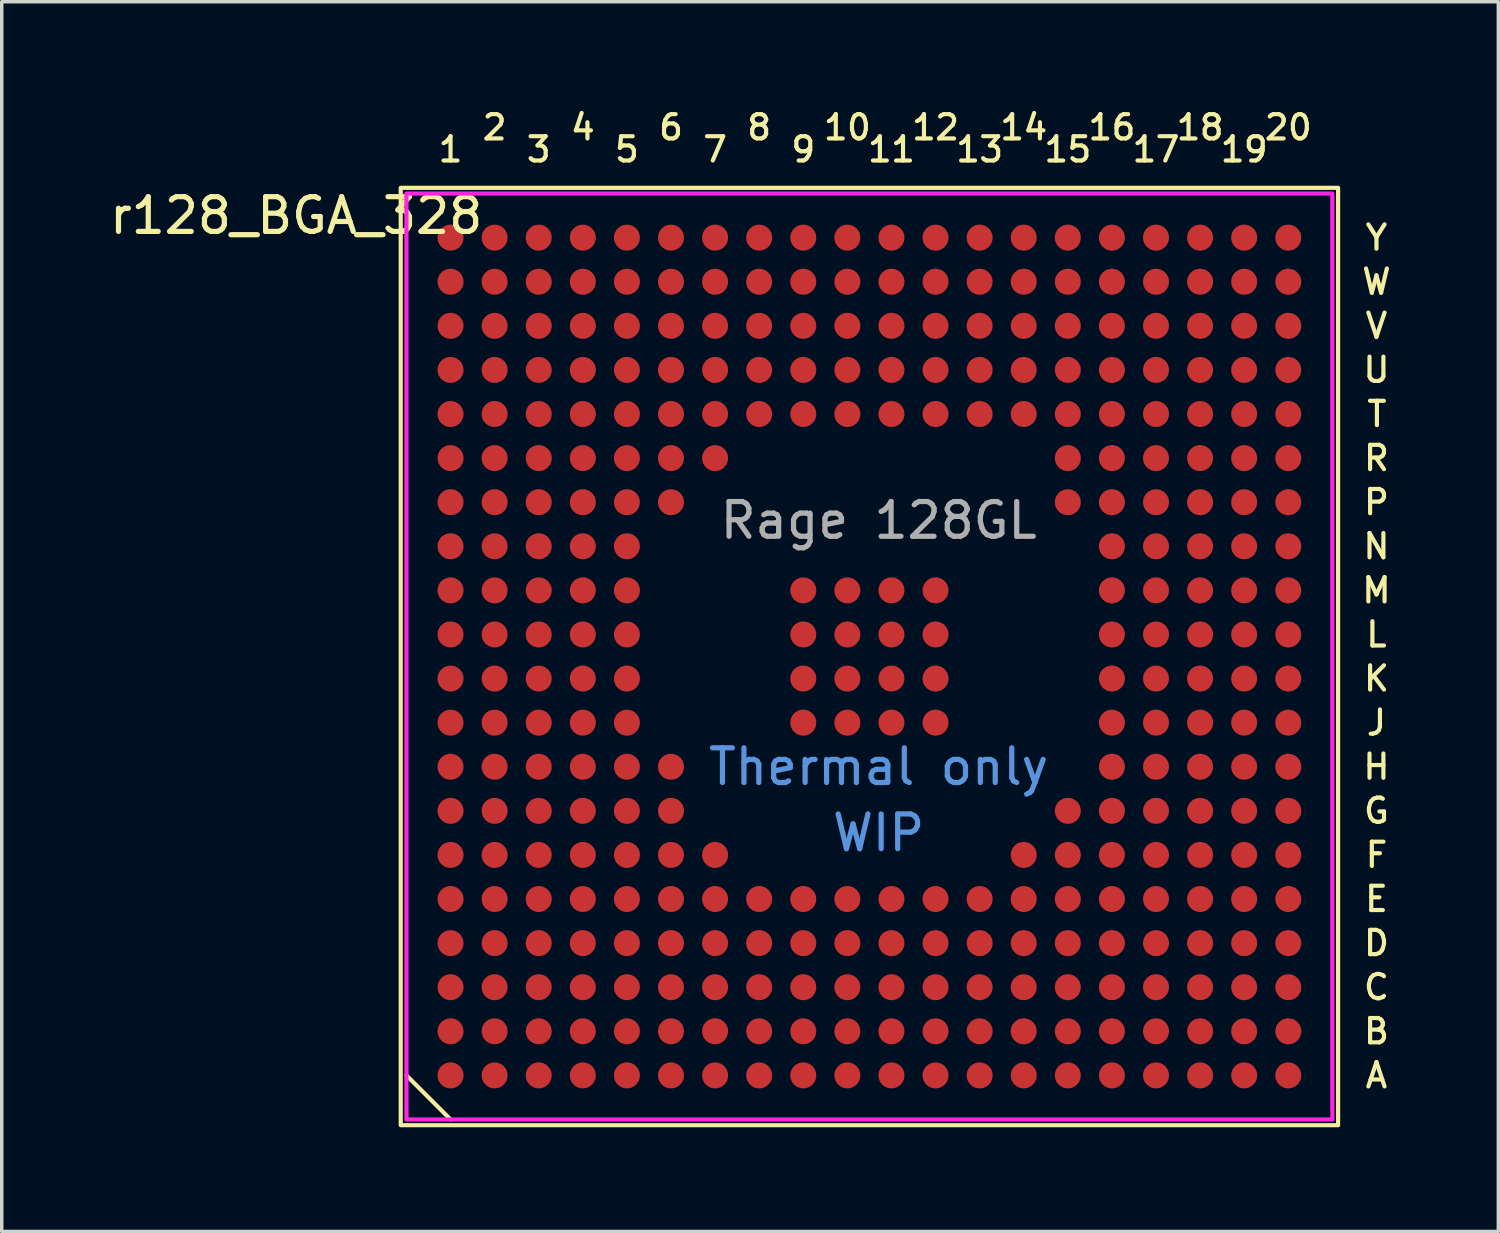
<source format=kicad_pcb>
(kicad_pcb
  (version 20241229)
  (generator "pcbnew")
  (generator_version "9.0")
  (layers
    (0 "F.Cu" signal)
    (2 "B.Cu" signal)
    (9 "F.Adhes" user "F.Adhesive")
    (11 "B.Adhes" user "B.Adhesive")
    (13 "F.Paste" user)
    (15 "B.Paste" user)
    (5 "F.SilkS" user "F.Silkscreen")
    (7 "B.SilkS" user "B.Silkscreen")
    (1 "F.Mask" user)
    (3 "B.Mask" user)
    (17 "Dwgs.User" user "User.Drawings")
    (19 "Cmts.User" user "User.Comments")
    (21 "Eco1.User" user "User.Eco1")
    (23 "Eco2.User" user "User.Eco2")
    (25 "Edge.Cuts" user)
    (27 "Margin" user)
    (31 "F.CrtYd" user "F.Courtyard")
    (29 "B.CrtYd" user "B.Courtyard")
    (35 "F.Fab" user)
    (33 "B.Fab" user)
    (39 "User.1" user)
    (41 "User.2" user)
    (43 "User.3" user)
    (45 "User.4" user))
  (footprint "r128_BGA_328"
    (layer "F.Cu")
    (at 9.927 3.795)
    (property "Reference" "r128_BGA_328" (at -4.445 -0.635 0) (unlocked yes) (layer "F.SilkS") (effects (font (size 1 1) (thickness 0.15))))
    (attr smd)
    (fp_circle (center 0 0) (end -0.3 0) (stroke (width 0) (type solid)) (fill yes) (layer "F.Mask"))
    (fp_circle (center 0 1.27) (end -0.3 1.27) (stroke (width 0) (type solid)) (fill yes) (layer "F.Mask"))
    (fp_circle (center 0 2.54) (end -0.3 2.54) (stroke (width 0) (type solid)) (fill yes) (layer "F.Mask"))
    (fp_circle (center 0 3.81) (end -0.3 3.81) (stroke (width 0) (type solid)) (fill yes) (layer "F.Mask"))
    (fp_circle (center 0 5.08) (end -0.3 5.08) (stroke (width 0) (type solid)) (fill yes) (layer "F.Mask"))
    (fp_circle (center 0 6.35) (end -0.3 6.35) (stroke (width 0) (type solid)) (fill yes) (layer "F.Mask"))
    (fp_circle (center 0 7.62) (end -0.3 7.62) (stroke (width 0) (type solid)) (fill yes) (layer "F.Mask"))
    (fp_circle (center 0 8.89) (end -0.3 8.89) (stroke (width 0) (type solid)) (fill yes) (layer "F.Mask"))
    (fp_circle (center 0 10.16) (end -0.3 10.16) (stroke (width 0) (type solid)) (fill yes) (layer "F.Mask"))
    (fp_circle (center 0 11.43) (end -0.3 11.43) (stroke (width 0) (type solid)) (fill yes) (layer "F.Mask"))
    (fp_circle (center 0 12.7) (end -0.3 12.7) (stroke (width 0) (type solid)) (fill yes) (layer "F.Mask"))
    (fp_circle (center 0 13.97) (end -0.3 13.97) (stroke (width 0) (type solid)) (fill yes) (layer "F.Mask"))
    (fp_circle (center 0 15.24) (end -0.3 15.24) (stroke (width 0) (type solid)) (fill yes) (layer "F.Mask"))
    (fp_circle (center 0 16.51) (end -0.3 16.51) (stroke (width 0) (type solid)) (fill yes) (layer "F.Mask"))
    (fp_circle (center 0 17.78) (end -0.3 17.78) (stroke (width 0) (type solid)) (fill yes) (layer "F.Mask"))
    (fp_circle (center 0 19.05) (end -0.3 19.05) (stroke (width 0) (type solid)) (fill yes) (layer "F.Mask"))
    (fp_circle (center 0 20.32) (end -0.3 20.32) (stroke (width 0) (type solid)) (fill yes) (layer "F.Mask"))
    (fp_circle (center 0 21.59) (end -0.3 21.59) (stroke (width 0) (type solid)) (fill yes) (layer "F.Mask"))
    (fp_circle (center 0 22.86) (end -0.3 22.86) (stroke (width 0) (type solid)) (fill yes) (layer "F.Mask"))
    (fp_circle (center 0 24.13) (end -0.3 24.13) (stroke (width 0) (type solid)) (fill yes) (layer "F.Mask"))
    (fp_circle (center 1.27 0) (end 0.97 0) (stroke (width 0) (type solid)) (fill yes) (layer "F.Mask"))
    (fp_circle (center 1.27 1.27) (end 0.97 1.27) (stroke (width 0) (type solid)) (fill yes) (layer "F.Mask"))
    (fp_circle (center 1.27 2.54) (end 0.97 2.54) (stroke (width 0) (type solid)) (fill yes) (layer "F.Mask"))
    (fp_circle (center 1.27 3.81) (end 0.97 3.81) (stroke (width 0) (type solid)) (fill yes) (layer "F.Mask"))
    (fp_circle (center 1.27 5.08) (end 0.97 5.08) (stroke (width 0) (type solid)) (fill yes) (layer "F.Mask"))
    (fp_circle (center 1.27 6.35) (end 0.97 6.35) (stroke (width 0) (type solid)) (fill yes) (layer "F.Mask"))
    (fp_circle (center 1.27 7.62) (end 0.97 7.62) (stroke (width 0) (type solid)) (fill yes) (layer "F.Mask"))
    (fp_circle (center 1.27 8.89) (end 0.97 8.89) (stroke (width 0) (type solid)) (fill yes) (layer "F.Mask"))
    (fp_circle (center 1.27 10.16) (end 0.97 10.16) (stroke (width 0) (type solid)) (fill yes) (layer "F.Mask"))
    (fp_circle (center 1.27 11.43) (end 0.97 11.43) (stroke (width 0) (type solid)) (fill yes) (layer "F.Mask"))
    (fp_circle (center 1.27 12.7) (end 0.97 12.7) (stroke (width 0) (type solid)) (fill yes) (layer "F.Mask"))
    (fp_circle (center 1.27 13.97) (end 0.97 13.97) (stroke (width 0) (type solid)) (fill yes) (layer "F.Mask"))
    (fp_circle (center 1.27 15.24) (end 0.97 15.24) (stroke (width 0) (type solid)) (fill yes) (layer "F.Mask"))
    (fp_circle (center 1.27 16.51) (end 0.97 16.51) (stroke (width 0) (type solid)) (fill yes) (layer "F.Mask"))
    (fp_circle (center 1.27 17.78) (end 0.97 17.78) (stroke (width 0) (type solid)) (fill yes) (layer "F.Mask"))
    (fp_circle (center 1.27 19.05) (end 0.97 19.05) (stroke (width 0) (type solid)) (fill yes) (layer "F.Mask"))
    (fp_circle (center 1.27 20.32) (end 0.97 20.32) (stroke (width 0) (type solid)) (fill yes) (layer "F.Mask"))
    (fp_circle (center 1.27 21.59) (end 0.97 21.59) (stroke (width 0) (type solid)) (fill yes) (layer "F.Mask"))
    (fp_circle (center 1.27 22.86) (end 0.97 22.86) (stroke (width 0) (type solid)) (fill yes) (layer "F.Mask"))
    (fp_circle (center 1.27 24.13) (end 0.97 24.13) (stroke (width 0) (type solid)) (fill yes) (layer "F.Mask"))
    (fp_circle (center 2.54 3.81) (end 2.24 3.81) (stroke (width 0) (type solid)) (fill yes) (layer "F.Mask"))
    (fp_circle (center 2.54 10.16) (end 2.24 10.16) (stroke (width 0) (type solid)) (fill yes) (layer "F.Mask"))
    (fp_circle (center 2.54 13.97) (end 2.24 13.97) (stroke (width 0) (type solid)) (fill yes) (layer "F.Mask"))
    (fp_circle (center 2.54 20.32) (end 2.24 20.32) (stroke (width 0) (type solid)) (fill yes) (layer "F.Mask"))
    (fp_circle (center 2.54 0) (end 2.24 0) (stroke (width 0) (type solid)) (fill yes) (layer "F.Mask"))
    (fp_circle (center 2.54 1.27) (end 2.24 1.27) (stroke (width 0) (type solid)) (fill yes) (layer "F.Mask"))
    (fp_circle (center 2.54 2.54) (end 2.24 2.54) (stroke (width 0) (type solid)) (fill yes) (layer "F.Mask"))
    (fp_circle (center 2.54 5.08) (end 2.24 5.08) (stroke (width 0) (type solid)) (fill yes) (layer "F.Mask"))
    (fp_circle (center 2.54 6.35) (end 2.24 6.35) (stroke (width 0) (type solid)) (fill yes) (layer "F.Mask"))
    (fp_circle (center 2.54 7.62) (end 2.24 7.62) (stroke (width 0) (type solid)) (fill yes) (layer "F.Mask"))
    (fp_circle (center 2.54 8.89) (end 2.24 8.89) (stroke (width 0) (type solid)) (fill yes) (layer "F.Mask"))
    (fp_circle (center 2.54 11.43) (end 2.24 11.43) (stroke (width 0) (type solid)) (fill yes) (layer "F.Mask"))
    (fp_circle (center 2.54 12.7) (end 2.24 12.7) (stroke (width 0) (type solid)) (fill yes) (layer "F.Mask"))
    (fp_circle (center 2.54 15.24) (end 2.24 15.24) (stroke (width 0) (type solid)) (fill yes) (layer "F.Mask"))
    (fp_circle (center 2.54 16.51) (end 2.24 16.51) (stroke (width 0) (type solid)) (fill yes) (layer "F.Mask"))
    (fp_circle (center 2.54 17.78) (end 2.24 17.78) (stroke (width 0) (type solid)) (fill yes) (layer "F.Mask"))
    (fp_circle (center 2.54 19.05) (end 2.24 19.05) (stroke (width 0) (type solid)) (fill yes) (layer "F.Mask"))
    (fp_circle (center 2.54 21.59) (end 2.24 21.59) (stroke (width 0) (type solid)) (fill yes) (layer "F.Mask"))
    (fp_circle (center 2.54 22.86) (end 2.24 22.86) (stroke (width 0) (type solid)) (fill yes) (layer "F.Mask"))
    (fp_circle (center 2.54 24.13) (end 2.24 24.13) (stroke (width 0) (type solid)) (fill yes) (layer "F.Mask"))
    (fp_circle (center 3.81 0) (end 3.51 0) (stroke (width 0) (type solid)) (fill yes) (layer "F.Mask"))
    (fp_circle (center 3.81 1.27) (end 3.51 1.27) (stroke (width 0) (type solid)) (fill yes) (layer "F.Mask"))
    (fp_circle (center 3.81 2.54) (end 3.51 2.54) (stroke (width 0) (type solid)) (fill yes) (layer "F.Mask"))
    (fp_circle (center 3.81 3.81) (end 3.51 3.81) (stroke (width 0) (type solid)) (fill yes) (layer "F.Mask"))
    (fp_circle (center 3.81 5.08) (end 3.51 5.08) (stroke (width 0) (type solid)) (fill yes) (layer "F.Mask"))
    (fp_circle (center 3.81 6.35) (end 3.51 6.35) (stroke (width 0) (type solid)) (fill yes) (layer "F.Mask"))
    (fp_circle (center 3.81 7.62) (end 3.51 7.62) (stroke (width 0) (type solid)) (fill yes) (layer "F.Mask"))
    (fp_circle (center 3.81 8.89) (end 3.51 8.89) (stroke (width 0) (type solid)) (fill yes) (layer "F.Mask"))
    (fp_circle (center 3.81 10.16) (end 3.51 10.16) (stroke (width 0) (type solid)) (fill yes) (layer "F.Mask"))
    (fp_circle (center 3.81 11.43) (end 3.51 11.43) (stroke (width 0) (type solid)) (fill yes) (layer "F.Mask"))
    (fp_circle (center 3.81 12.7) (end 3.51 12.7) (stroke (width 0) (type solid)) (fill yes) (layer "F.Mask"))
    (fp_circle (center 3.81 13.97) (end 3.51 13.97) (stroke (width 0) (type solid)) (fill yes) (layer "F.Mask"))
    (fp_circle (center 3.81 15.24) (end 3.51 15.24) (stroke (width 0) (type solid)) (fill yes) (layer "F.Mask"))
    (fp_circle (center 3.81 16.51) (end 3.51 16.51) (stroke (width 0) (type solid)) (fill yes) (layer "F.Mask"))
    (fp_circle (center 3.81 17.78) (end 3.51 17.78) (stroke (width 0) (type solid)) (fill yes) (layer "F.Mask"))
    (fp_circle (center 3.81 19.05) (end 3.51 19.05) (stroke (width 0) (type solid)) (fill yes) (layer "F.Mask"))
    (fp_circle (center 3.81 20.32) (end 3.51 20.32) (stroke (width 0) (type solid)) (fill yes) (layer "F.Mask"))
    (fp_circle (center 3.81 21.59) (end 3.51 21.59) (stroke (width 0) (type solid)) (fill yes) (layer "F.Mask"))
    (fp_circle (center 3.81 22.86) (end 3.51 22.86) (stroke (width 0) (type solid)) (fill yes) (layer "F.Mask"))
    (fp_circle (center 3.81 24.13) (end 3.51 24.13) (stroke (width 0) (type solid)) (fill yes) (layer "F.Mask"))
    (fp_circle (center 5.08 0) (end 4.78 0) (stroke (width 0) (type solid)) (fill yes) (layer "F.Mask"))
    (fp_circle (center 5.08 1.27) (end 4.78 1.27) (stroke (width 0) (type solid)) (fill yes) (layer "F.Mask"))
    (fp_circle (center 5.08 2.54) (end 4.78 2.54) (stroke (width 0) (type solid)) (fill yes) (layer "F.Mask"))
    (fp_circle (center 5.08 5.08) (end 4.78 5.08) (stroke (width 0) (type solid)) (fill yes) (layer "F.Mask"))
    (fp_circle (center 5.08 6.35) (end 4.78 6.35) (stroke (width 0) (type solid)) (fill yes) (layer "F.Mask"))
    (fp_circle (center 5.08 7.62) (end 4.78 7.62) (stroke (width 0) (type solid)) (fill yes) (layer "F.Mask"))
    (fp_circle (center 5.08 8.89) (end 4.78 8.89) (stroke (width 0) (type solid)) (fill yes) (layer "F.Mask"))
    (fp_circle (center 5.08 11.43) (end 4.78 11.43) (stroke (width 0) (type solid)) (fill yes) (layer "F.Mask"))
    (fp_circle (center 5.08 12.7) (end 4.78 12.7) (stroke (width 0) (type solid)) (fill yes) (layer "F.Mask"))
    (fp_circle (center 5.08 15.24) (end 4.78 15.24) (stroke (width 0) (type solid)) (fill yes) (layer "F.Mask"))
    (fp_circle (center 5.08 16.51) (end 4.78 16.51) (stroke (width 0) (type solid)) (fill yes) (layer "F.Mask"))
    (fp_circle (center 5.08 17.78) (end 4.78 17.78) (stroke (width 0) (type solid)) (fill yes) (layer "F.Mask"))
    (fp_circle (center 5.08 19.05) (end 4.78 19.05) (stroke (width 0) (type solid)) (fill yes) (layer "F.Mask"))
    (fp_circle (center 5.08 21.59) (end 4.78 21.59) (stroke (width 0) (type solid)) (fill yes) (layer "F.Mask"))
    (fp_circle (center 5.08 22.86) (end 4.78 22.86) (stroke (width 0) (type solid)) (fill yes) (layer "F.Mask"))
    (fp_circle (center 5.08 24.13) (end 4.78 24.13) (stroke (width 0) (type solid)) (fill yes) (layer "F.Mask"))
    (fp_circle (center 5.08 3.81) (end 4.78 3.81) (stroke (width 0) (type solid)) (fill yes) (layer "F.Mask"))
    (fp_circle (center 5.08 10.16) (end 4.78 10.16) (stroke (width 0) (type solid)) (fill yes) (layer "F.Mask"))
    (fp_circle (center 5.08 13.97) (end 4.78 13.97) (stroke (width 0) (type solid)) (fill yes) (layer "F.Mask"))
    (fp_circle (center 5.08 20.32) (end 4.78 20.32) (stroke (width 0) (type solid)) (fill yes) (layer "F.Mask"))
    (fp_circle (center 6.35 0) (end 6.05 0) (stroke (width 0) (type solid)) (fill yes) (layer "F.Mask"))
    (fp_circle (center 6.35 1.27) (end 6.05 1.27) (stroke (width 0) (type solid)) (fill yes) (layer "F.Mask"))
    (fp_circle (center 6.35 2.54) (end 6.05 2.54) (stroke (width 0) (type solid)) (fill yes) (layer "F.Mask"))
    (fp_circle (center 6.35 3.81) (end 6.05 3.81) (stroke (width 0) (type solid)) (fill yes) (layer "F.Mask"))
    (fp_circle (center 6.35 5.08) (end 6.05 5.08) (stroke (width 0) (type solid)) (fill yes) (layer "F.Mask"))
    (fp_circle (center 6.35 6.35) (end 6.05 6.35) (stroke (width 0) (type solid)) (fill yes) (layer "F.Mask"))
    (fp_circle (center 6.35 7.62) (end 6.05 7.62) (stroke (width 0) (type solid)) (fill yes) (layer "F.Mask"))
    (fp_circle (center 6.35 15.24) (end 6.05 15.24) (stroke (width 0) (type solid)) (fill yes) (layer "F.Mask"))
    (fp_circle (center 6.35 16.51) (end 6.05 16.51) (stroke (width 0) (type solid)) (fill yes) (layer "F.Mask"))
    (fp_circle (center 6.35 17.78) (end 6.05 17.78) (stroke (width 0) (type solid)) (fill yes) (layer "F.Mask"))
    (fp_circle (center 6.35 19.05) (end 6.05 19.05) (stroke (width 0) (type solid)) (fill yes) (layer "F.Mask"))
    (fp_circle (center 6.35 20.32) (end 6.05 20.32) (stroke (width 0) (type solid)) (fill yes) (layer "F.Mask"))
    (fp_circle (center 6.35 21.59) (end 6.05 21.59) (stroke (width 0) (type solid)) (fill yes) (layer "F.Mask"))
    (fp_circle (center 6.35 22.86) (end 6.05 22.86) (stroke (width 0) (type solid)) (fill yes) (layer "F.Mask"))
    (fp_circle (center 6.35 24.13) (end 6.05 24.13) (stroke (width 0) (type solid)) (fill yes) (layer "F.Mask"))
    (fp_circle (center 7.62 2.54) (end 7.32 2.54) (stroke (width 0) (type solid)) (fill yes) (layer "F.Mask"))
    (fp_circle (center 7.62 5.08) (end 7.32 5.08) (stroke (width 0) (type solid)) (fill yes) (layer "F.Mask"))
    (fp_circle (center 7.62 19.05) (end 7.32 19.05) (stroke (width 0) (type solid)) (fill yes) (layer "F.Mask"))
    (fp_circle (center 7.62 21.59) (end 7.32 21.59) (stroke (width 0) (type solid)) (fill yes) (layer "F.Mask"))
    (fp_circle (center 7.62 0) (end 7.32 0) (stroke (width 0) (type solid)) (fill yes) (layer "F.Mask"))
    (fp_circle (center 7.62 1.27) (end 7.32 1.27) (stroke (width 0) (type solid)) (fill yes) (layer "F.Mask"))
    (fp_circle (center 7.62 3.81) (end 7.32 3.81) (stroke (width 0) (type solid)) (fill yes) (layer "F.Mask"))
    (fp_circle (center 7.62 6.35) (end 7.32 6.35) (stroke (width 0) (type solid)) (fill yes) (layer "F.Mask"))
    (fp_circle (center 7.62 17.78) (end 7.32 17.78) (stroke (width 0) (type solid)) (fill yes) (layer "F.Mask"))
    (fp_circle (center 7.62 20.32) (end 7.32 20.32) (stroke (width 0) (type solid)) (fill yes) (layer "F.Mask"))
    (fp_circle (center 7.62 22.86) (end 7.32 22.86) (stroke (width 0) (type solid)) (fill yes) (layer "F.Mask"))
    (fp_circle (center 7.62 24.13) (end 7.32 24.13) (stroke (width 0) (type solid)) (fill yes) (layer "F.Mask"))
    (fp_circle (center 8.89 3.81) (end 8.59 3.81) (stroke (width 0) (type solid)) (fill yes) (layer "F.Mask"))
    (fp_circle (center 8.89 20.32) (end 8.59 20.32) (stroke (width 0) (type solid)) (fill yes) (layer "F.Mask"))
    (fp_circle (center 8.89 0) (end 8.59 0) (stroke (width 0) (type solid)) (fill yes) (layer "F.Mask"))
    (fp_circle (center 8.89 1.27) (end 8.59 1.27) (stroke (width 0) (type solid)) (fill yes) (layer "F.Mask"))
    (fp_circle (center 8.89 2.54) (end 8.59 2.54) (stroke (width 0) (type solid)) (fill yes) (layer "F.Mask"))
    (fp_circle (center 8.89 5.08) (end 8.59 5.08) (stroke (width 0) (type solid)) (fill yes) (layer "F.Mask"))
    (fp_circle (center 8.89 19.05) (end 8.59 19.05) (stroke (width 0) (type solid)) (fill yes) (layer "F.Mask"))
    (fp_circle (center 8.89 21.59) (end 8.59 21.59) (stroke (width 0) (type solid)) (fill yes) (layer "F.Mask"))
    (fp_circle (center 8.89 22.86) (end 8.59 22.86) (stroke (width 0) (type solid)) (fill yes) (layer "F.Mask"))
    (fp_circle (center 8.89 24.13) (end 8.59 24.13) (stroke (width 0) (type solid)) (fill yes) (layer "F.Mask"))
    (fp_circle (center 10.16 0) (end 9.86 0) (stroke (width 0) (type solid)) (fill yes) (layer "F.Mask"))
    (fp_circle (center 10.16 1.27) (end 9.86 1.27) (stroke (width 0) (type solid)) (fill yes) (layer "F.Mask"))
    (fp_circle (center 10.16 2.54) (end 9.86 2.54) (stroke (width 0) (type solid)) (fill yes) (layer "F.Mask"))
    (fp_circle (center 10.16 3.81) (end 9.86 3.81) (stroke (width 0) (type solid)) (fill yes) (layer "F.Mask"))
    (fp_circle (center 10.16 5.08) (end 9.86 5.08) (stroke (width 0) (type solid)) (fill yes) (layer "F.Mask"))
    (fp_circle (center 10.16 10.16) (end 9.86 10.16) (stroke (width 0) (type solid)) (fill yes) (layer "F.Mask"))
    (fp_circle (center 10.16 11.43) (end 9.86 11.43) (stroke (width 0) (type solid)) (fill yes) (layer "F.Mask"))
    (fp_circle (center 10.16 12.7) (end 9.86 12.7) (stroke (width 0) (type solid)) (fill yes) (layer "F.Mask"))
    (fp_circle (center 10.16 13.97) (end 9.86 13.97) (stroke (width 0) (type solid)) (fill yes) (layer "F.Mask"))
    (fp_circle (center 10.16 19.05) (end 9.86 19.05) (stroke (width 0) (type solid)) (fill yes) (layer "F.Mask"))
    (fp_circle (center 10.16 20.32) (end 9.86 20.32) (stroke (width 0) (type solid)) (fill yes) (layer "F.Mask"))
    (fp_circle (center 10.16 21.59) (end 9.86 21.59) (stroke (width 0) (type solid)) (fill yes) (layer "F.Mask"))
    (fp_circle (center 10.16 22.86) (end 9.86 22.86) (stroke (width 0) (type solid)) (fill yes) (layer "F.Mask"))
    (fp_circle (center 10.16 24.13) (end 9.86 24.13) (stroke (width 0) (type solid)) (fill yes) (layer "F.Mask"))
    (fp_circle (center 11.43 0) (end 11.13 0) (stroke (width 0) (type solid)) (fill yes) (layer "F.Mask"))
    (fp_circle (center 11.43 1.27) (end 11.13 1.27) (stroke (width 0) (type solid)) (fill yes) (layer "F.Mask"))
    (fp_circle (center 11.43 2.54) (end 11.13 2.54) (stroke (width 0) (type solid)) (fill yes) (layer "F.Mask"))
    (fp_circle (center 11.43 3.81) (end 11.13 3.81) (stroke (width 0) (type solid)) (fill yes) (layer "F.Mask"))
    (fp_circle (center 11.43 5.08) (end 11.13 5.08) (stroke (width 0) (type solid)) (fill yes) (layer "F.Mask"))
    (fp_circle (center 11.43 10.16) (end 11.13 10.16) (stroke (width 0) (type solid)) (fill yes) (layer "F.Mask"))
    (fp_circle (center 11.43 11.43) (end 11.13 11.43) (stroke (width 0) (type solid)) (fill yes) (layer "F.Mask"))
    (fp_circle (center 11.43 12.7) (end 11.13 12.7) (stroke (width 0) (type solid)) (fill yes) (layer "F.Mask"))
    (fp_circle (center 11.43 13.97) (end 11.13 13.97) (stroke (width 0) (type solid)) (fill yes) (layer "F.Mask"))
    (fp_circle (center 11.43 19.05) (end 11.13 19.05) (stroke (width 0) (type solid)) (fill yes) (layer "F.Mask"))
    (fp_circle (center 11.43 20.32) (end 11.13 20.32) (stroke (width 0) (type solid)) (fill yes) (layer "F.Mask"))
    (fp_circle (center 11.43 21.59) (end 11.13 21.59) (stroke (width 0) (type solid)) (fill yes) (layer "F.Mask"))
    (fp_circle (center 11.43 22.86) (end 11.13 22.86) (stroke (width 0) (type solid)) (fill yes) (layer "F.Mask"))
    (fp_circle (center 11.43 24.13) (end 11.13 24.13) (stroke (width 0) (type solid)) (fill yes) (layer "F.Mask"))
    (fp_circle (center 12.7 0) (end 12.4 0) (stroke (width 0) (type solid)) (fill yes) (layer "F.Mask"))
    (fp_circle (center 12.7 1.27) (end 12.4 1.27) (stroke (width 0) (type solid)) (fill yes) (layer "F.Mask"))
    (fp_circle (center 12.7 2.54) (end 12.4 2.54) (stroke (width 0) (type solid)) (fill yes) (layer "F.Mask"))
    (fp_circle (center 12.7 3.81) (end 12.4 3.81) (stroke (width 0) (type solid)) (fill yes) (layer "F.Mask"))
    (fp_circle (center 12.7 5.08) (end 12.4 5.08) (stroke (width 0) (type solid)) (fill yes) (layer "F.Mask"))
    (fp_circle (center 12.7 10.16) (end 12.4 10.16) (stroke (width 0) (type solid)) (fill yes) (layer "F.Mask"))
    (fp_circle (center 12.7 11.43) (end 12.4 11.43) (stroke (width 0) (type solid)) (fill yes) (layer "F.Mask"))
    (fp_circle (center 12.7 12.7) (end 12.4 12.7) (stroke (width 0) (type solid)) (fill yes) (layer "F.Mask"))
    (fp_circle (center 12.7 13.97) (end 12.4 13.97) (stroke (width 0) (type solid)) (fill yes) (layer "F.Mask"))
    (fp_circle (center 12.7 19.05) (end 12.4 19.05) (stroke (width 0) (type solid)) (fill yes) (layer "F.Mask"))
    (fp_circle (center 12.7 20.32) (end 12.4 20.32) (stroke (width 0) (type solid)) (fill yes) (layer "F.Mask"))
    (fp_circle (center 12.7 21.59) (end 12.4 21.59) (stroke (width 0) (type solid)) (fill yes) (layer "F.Mask"))
    (fp_circle (center 12.7 22.86) (end 12.4 22.86) (stroke (width 0) (type solid)) (fill yes) (layer "F.Mask"))
    (fp_circle (center 12.7 24.13) (end 12.4 24.13) (stroke (width 0) (type solid)) (fill yes) (layer "F.Mask"))
    (fp_circle (center 13.97 0) (end 13.67 0) (stroke (width 0) (type solid)) (fill yes) (layer "F.Mask"))
    (fp_circle (center 13.97 1.27) (end 13.67 1.27) (stroke (width 0) (type solid)) (fill yes) (layer "F.Mask"))
    (fp_circle (center 13.97 2.54) (end 13.67 2.54) (stroke (width 0) (type solid)) (fill yes) (layer "F.Mask"))
    (fp_circle (center 13.97 3.81) (end 13.67 3.81) (stroke (width 0) (type solid)) (fill yes) (layer "F.Mask"))
    (fp_circle (center 13.97 5.08) (end 13.67 5.08) (stroke (width 0) (type solid)) (fill yes) (layer "F.Mask"))
    (fp_circle (center 13.97 10.16) (end 13.67 10.16) (stroke (width 0) (type solid)) (fill yes) (layer "F.Mask"))
    (fp_circle (center 13.97 11.43) (end 13.67 11.43) (stroke (width 0) (type solid)) (fill yes) (layer "F.Mask"))
    (fp_circle (center 13.97 12.7) (end 13.67 12.7) (stroke (width 0) (type solid)) (fill yes) (layer "F.Mask"))
    (fp_circle (center 13.97 13.97) (end 13.67 13.97) (stroke (width 0) (type solid)) (fill yes) (layer "F.Mask"))
    (fp_circle (center 13.97 19.05) (end 13.67 19.05) (stroke (width 0) (type solid)) (fill yes) (layer "F.Mask"))
    (fp_circle (center 13.97 20.32) (end 13.67 20.32) (stroke (width 0) (type solid)) (fill yes) (layer "F.Mask"))
    (fp_circle (center 13.97 21.59) (end 13.67 21.59) (stroke (width 0) (type solid)) (fill yes) (layer "F.Mask"))
    (fp_circle (center 13.97 22.86) (end 13.67 22.86) (stroke (width 0) (type solid)) (fill yes) (layer "F.Mask"))
    (fp_circle (center 13.97 24.13) (end 13.67 24.13) (stroke (width 0) (type solid)) (fill yes) (layer "F.Mask"))
    (fp_circle (center 15.24 0) (end 14.94 0) (stroke (width 0) (type solid)) (fill yes) (layer "F.Mask"))
    (fp_circle (center 15.24 1.27) (end 14.94 1.27) (stroke (width 0) (type solid)) (fill yes) (layer "F.Mask"))
    (fp_circle (center 15.24 2.54) (end 14.94 2.54) (stroke (width 0) (type solid)) (fill yes) (layer "F.Mask"))
    (fp_circle (center 15.24 5.08) (end 14.94 5.08) (stroke (width 0) (type solid)) (fill yes) (layer "F.Mask"))
    (fp_circle (center 15.24 19.05) (end 14.94 19.05) (stroke (width 0) (type solid)) (fill yes) (layer "F.Mask"))
    (fp_circle (center 15.24 21.59) (end 14.94 21.59) (stroke (width 0) (type solid)) (fill yes) (layer "F.Mask"))
    (fp_circle (center 15.24 22.86) (end 14.94 22.86) (stroke (width 0) (type solid)) (fill yes) (layer "F.Mask"))
    (fp_circle (center 15.24 24.13) (end 14.94 24.13) (stroke (width 0) (type solid)) (fill yes) (layer "F.Mask"))
    (fp_circle (center 15.24 3.81) (end 14.94 3.81) (stroke (width 0) (type solid)) (fill yes) (layer "F.Mask"))
    (fp_circle (center 15.24 20.32) (end 14.94 20.32) (stroke (width 0) (type solid)) (fill yes) (layer "F.Mask"))
    (fp_circle (center 16.51 0) (end 16.21 0) (stroke (width 0) (type solid)) (fill yes) (layer "F.Mask"))
    (fp_circle (center 16.51 1.27) (end 16.21 1.27) (stroke (width 0) (type solid)) (fill yes) (layer "F.Mask"))
    (fp_circle (center 16.51 3.81) (end 16.21 3.81) (stroke (width 0) (type solid)) (fill yes) (layer "F.Mask"))
    (fp_circle (center 16.51 17.78) (end 16.81 17.78) (stroke (width 0) (type solid)) (fill yes) (layer "F.Mask"))
    (fp_circle (center 16.51 20.32) (end 16.21 20.32) (stroke (width 0) (type solid)) (fill yes) (layer "F.Mask"))
    (fp_circle (center 16.51 22.86) (end 16.21 22.86) (stroke (width 0) (type solid)) (fill yes) (layer "F.Mask"))
    (fp_circle (center 16.51 24.13) (end 16.21 24.13) (stroke (width 0) (type solid)) (fill yes) (layer "F.Mask"))
    (fp_circle (center 16.51 2.54) (end 16.21 2.54) (stroke (width 0) (type solid)) (fill yes) (layer "F.Mask"))
    (fp_circle (center 16.51 5.08) (end 16.21 5.08) (stroke (width 0) (type solid)) (fill yes) (layer "F.Mask"))
    (fp_circle (center 16.51 19.05) (end 16.21 19.05) (stroke (width 0) (type solid)) (fill yes) (layer "F.Mask"))
    (fp_circle (center 16.51 21.59) (end 16.21 21.59) (stroke (width 0) (type solid)) (fill yes) (layer "F.Mask"))
    (fp_circle (center 17.78 0) (end 17.48 0) (stroke (width 0) (type solid)) (fill yes) (layer "F.Mask"))
    (fp_circle (center 17.78 1.27) (end 17.48 1.27) (stroke (width 0) (type solid)) (fill yes) (layer "F.Mask"))
    (fp_circle (center 17.78 2.54) (end 17.48 2.54) (stroke (width 0) (type solid)) (fill yes) (layer "F.Mask"))
    (fp_circle (center 17.78 3.81) (end 17.48 3.81) (stroke (width 0) (type solid)) (fill yes) (layer "F.Mask"))
    (fp_circle (center 17.78 5.08) (end 17.48 5.08) (stroke (width 0) (type solid)) (fill yes) (layer "F.Mask"))
    (fp_circle (center 17.78 6.35) (end 17.48 6.35) (stroke (width 0) (type solid)) (fill yes) (layer "F.Mask"))
    (fp_circle (center 17.78 7.62) (end 17.48 7.62) (stroke (width 0) (type solid)) (fill yes) (layer "F.Mask"))
    (fp_circle (center 17.78 16.51) (end 17.48 16.51) (stroke (width 0) (type solid)) (fill yes) (layer "F.Mask"))
    (fp_circle (center 17.78 17.78) (end 17.48 17.78) (stroke (width 0) (type solid)) (fill yes) (layer "F.Mask"))
    (fp_circle (center 17.78 19.05) (end 17.48 19.05) (stroke (width 0) (type solid)) (fill yes) (layer "F.Mask"))
    (fp_circle (center 17.78 20.32) (end 17.48 20.32) (stroke (width 0) (type solid)) (fill yes) (layer "F.Mask"))
    (fp_circle (center 17.78 21.59) (end 17.48 21.59) (stroke (width 0) (type solid)) (fill yes) (layer "F.Mask"))
    (fp_circle (center 17.78 22.86) (end 17.48 22.86) (stroke (width 0) (type solid)) (fill yes) (layer "F.Mask"))
    (fp_circle (center 17.78 24.13) (end 17.48 24.13) (stroke (width 0) (type solid)) (fill yes) (layer "F.Mask"))
    (fp_circle (center 19.05 3.81) (end 18.75 3.81) (stroke (width 0) (type solid)) (fill yes) (layer "F.Mask"))
    (fp_circle (center 19.05 10.16) (end 18.75 10.16) (stroke (width 0) (type solid)) (fill yes) (layer "F.Mask"))
    (fp_circle (center 19.05 13.97) (end 18.75 13.97) (stroke (width 0) (type solid)) (fill yes) (layer "F.Mask"))
    (fp_circle (center 19.05 20.32) (end 18.75 20.32) (stroke (width 0) (type solid)) (fill yes) (layer "F.Mask"))
    (fp_circle (center 19.05 0) (end 18.75 0) (stroke (width 0) (type solid)) (fill yes) (layer "F.Mask"))
    (fp_circle (center 19.05 1.27) (end 18.75 1.27) (stroke (width 0) (type solid)) (fill yes) (layer "F.Mask"))
    (fp_circle (center 19.05 2.54) (end 18.75 2.54) (stroke (width 0) (type solid)) (fill yes) (layer "F.Mask"))
    (fp_circle (center 19.05 5.08) (end 18.75 5.08) (stroke (width 0) (type solid)) (fill yes) (layer "F.Mask"))
    (fp_circle (center 19.05 6.35) (end 18.75 6.35) (stroke (width 0) (type solid)) (fill yes) (layer "F.Mask"))
    (fp_circle (center 19.05 7.62) (end 18.75 7.62) (stroke (width 0) (type solid)) (fill yes) (layer "F.Mask"))
    (fp_circle (center 19.05 8.89) (end 18.75 8.89) (stroke (width 0) (type solid)) (fill yes) (layer "F.Mask"))
    (fp_circle (center 19.05 11.43) (end 18.75 11.43) (stroke (width 0) (type solid)) (fill yes) (layer "F.Mask"))
    (fp_circle (center 19.05 12.7) (end 18.75 12.7) (stroke (width 0) (type solid)) (fill yes) (layer "F.Mask"))
    (fp_circle (center 19.05 15.24) (end 18.75 15.24) (stroke (width 0) (type solid)) (fill yes) (layer "F.Mask"))
    (fp_circle (center 19.05 16.51) (end 18.75 16.51) (stroke (width 0) (type solid)) (fill yes) (layer "F.Mask"))
    (fp_circle (center 19.05 17.78) (end 18.75 17.78) (stroke (width 0) (type solid)) (fill yes) (layer "F.Mask"))
    (fp_circle (center 19.05 19.05) (end 18.75 19.05) (stroke (width 0) (type solid)) (fill yes) (layer "F.Mask"))
    (fp_circle (center 19.05 21.59) (end 18.75 21.59) (stroke (width 0) (type solid)) (fill yes) (layer "F.Mask"))
    (fp_circle (center 19.05 22.86) (end 18.75 22.86) (stroke (width 0) (type solid)) (fill yes) (layer "F.Mask"))
    (fp_circle (center 19.05 24.13) (end 18.75 24.13) (stroke (width 0) (type solid)) (fill yes) (layer "F.Mask"))
    (fp_circle (center 20.32 0) (end 20.02 0) (stroke (width 0) (type solid)) (fill yes) (layer "F.Mask"))
    (fp_circle (center 20.32 1.27) (end 20.02 1.27) (stroke (width 0) (type solid)) (fill yes) (layer "F.Mask"))
    (fp_circle (center 20.32 2.54) (end 20.02 2.54) (stroke (width 0) (type solid)) (fill yes) (layer "F.Mask"))
    (fp_circle (center 20.32 3.81) (end 20.02 3.81) (stroke (width 0) (type solid)) (fill yes) (layer "F.Mask"))
    (fp_circle (center 20.32 5.08) (end 20.02 5.08) (stroke (width 0) (type solid)) (fill yes) (layer "F.Mask"))
    (fp_circle (center 20.32 6.35) (end 20.02 6.35) (stroke (width 0) (type solid)) (fill yes) (layer "F.Mask"))
    (fp_circle (center 20.32 7.62) (end 20.02 7.62) (stroke (width 0) (type solid)) (fill yes) (layer "F.Mask"))
    (fp_circle (center 20.32 8.89) (end 20.02 8.89) (stroke (width 0) (type solid)) (fill yes) (layer "F.Mask"))
    (fp_circle (center 20.32 10.16) (end 20.02 10.16) (stroke (width 0) (type solid)) (fill yes) (layer "F.Mask"))
    (fp_circle (center 20.32 11.43) (end 20.02 11.43) (stroke (width 0) (type solid)) (fill yes) (layer "F.Mask"))
    (fp_circle (center 20.32 12.7) (end 20.02 12.7) (stroke (width 0) (type solid)) (fill yes) (layer "F.Mask"))
    (fp_circle (center 20.32 13.97) (end 20.02 13.97) (stroke (width 0) (type solid)) (fill yes) (layer "F.Mask"))
    (fp_circle (center 20.32 15.24) (end 20.02 15.24) (stroke (width 0) (type solid)) (fill yes) (layer "F.Mask"))
    (fp_circle (center 20.32 16.51) (end 20.02 16.51) (stroke (width 0) (type solid)) (fill yes) (layer "F.Mask"))
    (fp_circle (center 20.32 17.78) (end 20.02 17.78) (stroke (width 0) (type solid)) (fill yes) (layer "F.Mask"))
    (fp_circle (center 20.32 19.05) (end 20.02 19.05) (stroke (width 0) (type solid)) (fill yes) (layer "F.Mask"))
    (fp_circle (center 20.32 20.32) (end 20.02 20.32) (stroke (width 0) (type solid)) (fill yes) (layer "F.Mask"))
    (fp_circle (center 20.32 21.59) (end 20.02 21.59) (stroke (width 0) (type solid)) (fill yes) (layer "F.Mask"))
    (fp_circle (center 20.32 22.86) (end 20.02 22.86) (stroke (width 0) (type solid)) (fill yes) (layer "F.Mask"))
    (fp_circle (center 20.32 24.13) (end 20.02 24.13) (stroke (width 0) (type solid)) (fill yes) (layer "F.Mask"))
    (fp_circle (center 21.59 0) (end 21.29 0) (stroke (width 0) (type solid)) (fill yes) (layer "F.Mask"))
    (fp_circle (center 21.59 1.27) (end 21.29 1.27) (stroke (width 0) (type solid)) (fill yes) (layer "F.Mask"))
    (fp_circle (center 21.59 2.54) (end 21.29 2.54) (stroke (width 0) (type solid)) (fill yes) (layer "F.Mask"))
    (fp_circle (center 21.59 5.08) (end 21.29 5.08) (stroke (width 0) (type solid)) (fill yes) (layer "F.Mask"))
    (fp_circle (center 21.59 6.35) (end 21.29 6.35) (stroke (width 0) (type solid)) (fill yes) (layer "F.Mask"))
    (fp_circle (center 21.59 7.62) (end 21.29 7.62) (stroke (width 0) (type solid)) (fill yes) (layer "F.Mask"))
    (fp_circle (center 21.59 8.89) (end 21.29 8.89) (stroke (width 0) (type solid)) (fill yes) (layer "F.Mask"))
    (fp_circle (center 21.59 11.43) (end 21.29 11.43) (stroke (width 0) (type solid)) (fill yes) (layer "F.Mask"))
    (fp_circle (center 21.59 12.7) (end 21.29 12.7) (stroke (width 0) (type solid)) (fill yes) (layer "F.Mask"))
    (fp_circle (center 21.59 15.24) (end 21.29 15.24) (stroke (width 0) (type solid)) (fill yes) (layer "F.Mask"))
    (fp_circle (center 21.59 16.51) (end 21.29 16.51) (stroke (width 0) (type solid)) (fill yes) (layer "F.Mask"))
    (fp_circle (center 21.59 17.78) (end 21.29 17.78) (stroke (width 0) (type solid)) (fill yes) (layer "F.Mask"))
    (fp_circle (center 21.59 19.05) (end 21.29 19.05) (stroke (width 0) (type solid)) (fill yes) (layer "F.Mask"))
    (fp_circle (center 21.59 21.59) (end 21.29 21.59) (stroke (width 0) (type solid)) (fill yes) (layer "F.Mask"))
    (fp_circle (center 21.59 22.86) (end 21.29 22.86) (stroke (width 0) (type solid)) (fill yes) (layer "F.Mask"))
    (fp_circle (center 21.59 24.13) (end 21.29 24.13) (stroke (width 0) (type solid)) (fill yes) (layer "F.Mask"))
    (fp_circle (center 21.59 3.81) (end 21.29 3.81) (stroke (width 0) (type solid)) (fill yes) (layer "F.Mask"))
    (fp_circle (center 21.59 10.16) (end 21.29 10.16) (stroke (width 0) (type solid)) (fill yes) (layer "F.Mask"))
    (fp_circle (center 21.59 13.97) (end 21.29 13.97) (stroke (width 0) (type solid)) (fill yes) (layer "F.Mask"))
    (fp_circle (center 21.59 20.32) (end 21.29 20.32) (stroke (width 0) (type solid)) (fill yes) (layer "F.Mask"))
    (fp_circle (center 22.86 0) (end 22.56 0) (stroke (width 0) (type solid)) (fill yes) (layer "F.Mask"))
    (fp_circle (center 22.86 1.27) (end 22.56 1.27) (stroke (width 0) (type solid)) (fill yes) (layer "F.Mask"))
    (fp_circle (center 22.86 2.54) (end 22.56 2.54) (stroke (width 0) (type solid)) (fill yes) (layer "F.Mask"))
    (fp_circle (center 22.86 3.81) (end 22.56 3.81) (stroke (width 0) (type solid)) (fill yes) (layer "F.Mask"))
    (fp_circle (center 22.86 5.08) (end 22.56 5.08) (stroke (width 0) (type solid)) (fill yes) (layer "F.Mask"))
    (fp_circle (center 22.86 6.35) (end 22.56 6.35) (stroke (width 0) (type solid)) (fill yes) (layer "F.Mask"))
    (fp_circle (center 22.86 7.62) (end 22.56 7.62) (stroke (width 0) (type solid)) (fill yes) (layer "F.Mask"))
    (fp_circle (center 22.86 8.89) (end 22.56 8.89) (stroke (width 0) (type solid)) (fill yes) (layer "F.Mask"))
    (fp_circle (center 22.86 10.16) (end 22.56 10.16) (stroke (width 0) (type solid)) (fill yes) (layer "F.Mask"))
    (fp_circle (center 22.86 11.43) (end 22.56 11.43) (stroke (width 0) (type solid)) (fill yes) (layer "F.Mask"))
    (fp_circle (center 22.86 12.7) (end 22.56 12.7) (stroke (width 0) (type solid)) (fill yes) (layer "F.Mask"))
    (fp_circle (center 22.86 13.97) (end 22.56 13.97) (stroke (width 0) (type solid)) (fill yes) (layer "F.Mask"))
    (fp_circle (center 22.86 15.24) (end 22.56 15.24) (stroke (width 0) (type solid)) (fill yes) (layer "F.Mask"))
    (fp_circle (center 22.86 16.51) (end 22.56 16.51) (stroke (width 0) (type solid)) (fill yes) (layer "F.Mask"))
    (fp_circle (center 22.86 17.78) (end 22.56 17.78) (stroke (width 0) (type solid)) (fill yes) (layer "F.Mask"))
    (fp_circle (center 22.86 19.05) (end 22.56 19.05) (stroke (width 0) (type solid)) (fill yes) (layer "F.Mask"))
    (fp_circle (center 22.86 20.32) (end 22.56 20.32) (stroke (width 0) (type solid)) (fill yes) (layer "F.Mask"))
    (fp_circle (center 22.86 21.59) (end 22.56 21.59) (stroke (width 0) (type solid)) (fill yes) (layer "F.Mask"))
    (fp_circle (center 22.86 22.86) (end 22.56 22.86) (stroke (width 0) (type solid)) (fill yes) (layer "F.Mask"))
    (fp_circle (center 22.86 24.13) (end 22.56 24.13) (stroke (width 0) (type solid)) (fill yes) (layer "F.Mask"))
    (fp_circle (center 24.13 0) (end 23.83 0) (stroke (width 0) (type solid)) (fill yes) (layer "F.Mask"))
    (fp_circle (center 24.13 1.27) (end 23.83 1.27) (stroke (width 0) (type solid)) (fill yes) (layer "F.Mask"))
    (fp_circle (center 24.13 2.54) (end 23.83 2.54) (stroke (width 0) (type solid)) (fill yes) (layer "F.Mask"))
    (fp_circle (center 24.13 3.81) (end 23.83 3.81) (stroke (width 0) (type solid)) (fill yes) (layer "F.Mask"))
    (fp_circle (center 24.13 5.08) (end 23.83 5.08) (stroke (width 0) (type solid)) (fill yes) (layer "F.Mask"))
    (fp_circle (center 24.13 6.35) (end 23.83 6.35) (stroke (width 0) (type solid)) (fill yes) (layer "F.Mask"))
    (fp_circle (center 24.13 7.62) (end 23.83 7.62) (stroke (width 0) (type solid)) (fill yes) (layer "F.Mask"))
    (fp_circle (center 24.13 8.89) (end 23.83 8.89) (stroke (width 0) (type solid)) (fill yes) (layer "F.Mask"))
    (fp_circle (center 24.13 10.16) (end 23.83 10.16) (stroke (width 0) (type solid)) (fill yes) (layer "F.Mask"))
    (fp_circle (center 24.13 11.43) (end 23.83 11.43) (stroke (width 0) (type solid)) (fill yes) (layer "F.Mask"))
    (fp_circle (center 24.13 12.7) (end 23.83 12.7) (stroke (width 0) (type solid)) (fill yes) (layer "F.Mask"))
    (fp_circle (center 24.13 13.97) (end 23.83 13.97) (stroke (width 0) (type solid)) (fill yes) (layer "F.Mask"))
    (fp_circle (center 24.13 15.24) (end 23.83 15.24) (stroke (width 0) (type solid)) (fill yes) (layer "F.Mask"))
    (fp_circle (center 24.13 16.51) (end 23.83 16.51) (stroke (width 0) (type solid)) (fill yes) (layer "F.Mask"))
    (fp_circle (center 24.13 17.78) (end 23.83 17.78) (stroke (width 0) (type solid)) (fill yes) (layer "F.Mask"))
    (fp_circle (center 24.13 19.05) (end 23.83 19.05) (stroke (width 0) (type solid)) (fill yes) (layer "F.Mask"))
    (fp_circle (center 24.13 20.32) (end 23.83 20.32) (stroke (width 0) (type solid)) (fill yes) (layer "F.Mask"))
    (fp_circle (center 24.13 21.59) (end 23.83 21.59) (stroke (width 0) (type solid)) (fill yes) (layer "F.Mask"))
    (fp_circle (center 24.13 22.86) (end 23.83 22.86) (stroke (width 0) (type solid)) (fill yes) (layer "F.Mask"))
    (fp_circle (center 24.13 24.13) (end 23.83 24.13) (stroke (width 0) (type solid)) (fill yes) (layer "F.Mask"))
    (fp_line (start -1.27 24.13) (end 0 25.4) (stroke (width 0.12) (type solid)) (layer "F.SilkS"))
    (fp_rect (start 25.565 25.565) (end -1.435 -1.435) (stroke (width 0.12) (type solid)) (fill no) (layer "F.SilkS"))
    (fp_rect (start -1.27 -1.27) (end 25.4 25.4) (stroke (width 0.12) (type solid)) (fill no) (layer "F.CrtYd"))
    (fp_text user "C" (at 26.67 21.59 0) (unlocked yes) (layer "F.SilkS") (effects (font (size 0.7 0.7) (thickness 0.12))))
    (fp_text user "T" (at 26.683 5.081 0) (unlocked yes) (layer "F.SilkS") (effects (font (size 0.7 0.7) (thickness 0.12))))
    (fp_text user "11" (at 12.7 -2.54 0) (unlocked yes) (layer "F.SilkS") (effects (font (size 0.7 0.7) (thickness 0.12))))
    (fp_text user "Y" (at 26.67 0 0) (unlocked yes) (layer "F.SilkS") (effects (font (size 0.7 0.7) (thickness 0.12))))
    (fp_text user "5" (at 5.08 -2.54 0) (unlocked yes) (layer "F.SilkS") (effects (font (size 0.7 0.7) (thickness 0.12))))
    (fp_text user "U" (at 26.67 3.81 0) (unlocked yes) (layer "F.SilkS") (effects (font (size 0.7 0.7) (thickness 0.12))))
    (fp_text user "H" (at 26.67 15.24 0) (unlocked yes) (layer "F.SilkS") (effects (font (size 0.7 0.7) (thickness 0.12))))
    (fp_text user "V" (at 26.67 2.54 0) (unlocked yes) (layer "F.SilkS") (effects (font (size 0.7 0.7) (thickness 0.12))))
    (fp_text user "F" (at 26.67 17.78 0) (unlocked yes) (layer "F.SilkS") (effects (font (size 0.7 0.7) (thickness 0.12))))
    (fp_text user "9" (at 10.16 -2.54 0) (unlocked yes) (layer "F.SilkS") (effects (font (size 0.7 0.7) (thickness 0.12))))
    (fp_text user "L" (at 26.67 11.43 0) (unlocked yes) (layer "F.SilkS") (effects (font (size 0.7 0.7) (thickness 0.12))))
    (fp_text user "10" (at 11.43 -3.175 0) (unlocked yes) (layer "F.SilkS") (effects (font (size 0.7 0.7) (thickness 0.12))))
    (fp_text user "3" (at 2.54 -2.54 0) (unlocked yes) (layer "F.SilkS") (effects (font (size 0.7 0.7) (thickness 0.12))))
    (fp_text user "18" (at 21.59 -3.175 0) (unlocked yes) (layer "F.SilkS") (effects (font (size 0.7 0.7) (thickness 0.12))))
    (fp_text user "M" (at 26.67 10.16 0) (unlocked yes) (layer "F.SilkS") (effects (font (size 0.7 0.7) (thickness 0.12))))
    (fp_text user "19" (at 22.86 -2.54 0) (unlocked yes) (layer "F.SilkS") (effects (font (size 0.7 0.7) (thickness 0.12))))
    (fp_text user "8" (at 8.89 -3.175 0) (unlocked yes) (layer "F.SilkS") (effects (font (size 0.7 0.7) (thickness 0.12))))
    (fp_text user "20" (at 24.13 -3.175 0) (unlocked yes) (layer "F.SilkS") (effects (font (size 0.7 0.7) (thickness 0.12))))
    (fp_text user "P" (at 26.67 7.62 0) (unlocked yes) (layer "F.SilkS") (effects (font (size 0.7 0.7) (thickness 0.12))))
    (fp_text user "D" (at 26.67 20.32 0) (unlocked yes) (layer "F.SilkS") (effects (font (size 0.7 0.7) (thickness 0.12))))
    (fp_text user "6" (at 6.35 -3.175 0) (unlocked yes) (layer "F.SilkS") (effects (font (size 0.7 0.7) (thickness 0.12))))
    (fp_text user "E" (at 26.67 19.05 0) (unlocked yes) (layer "F.SilkS") (effects (font (size 0.7 0.7) (thickness 0.12))))
    (fp_text user "7" (at 7.62 -2.54 0) (unlocked yes) (layer "F.SilkS") (effects (font (size 0.7 0.7) (thickness 0.12))))
    (fp_text user "14" (at 16.51 -3.175 0) (unlocked yes) (layer "F.SilkS") (effects (font (size 0.7 0.7) (thickness 0.12))))
    (fp_text user "15" (at 17.78 -2.54 0) (unlocked yes) (layer "F.SilkS") (effects (font (size 0.7 0.7) (thickness 0.12))))
    (fp_text user "A" (at 26.67 24.13 0) (unlocked yes) (layer "F.SilkS") (effects (font (size 0.7 0.7) (thickness 0.12))))
    (fp_text user "B" (at 26.67 22.86 0) (unlocked yes) (layer "F.SilkS") (effects (font (size 0.7 0.7) (thickness 0.12))))
    (fp_text user "4" (at 3.81 -3.175 0) (unlocked yes) (layer "F.SilkS") (effects (font (size 0.7 0.7) (thickness 0.12))))
    (fp_text user "16" (at 19.05 -3.175 0) (unlocked yes) (layer "F.SilkS") (effects (font (size 0.7 0.7) (thickness 0.12))))
    (fp_text user "G" (at 26.67 16.51 0) (unlocked yes) (layer "F.SilkS") (effects (font (size 0.7 0.7) (thickness 0.12))))
    (fp_text user "N" (at 26.67 8.89 0) (unlocked yes) (layer "F.SilkS") (effects (font (size 0.7 0.7) (thickness 0.12))))
    (fp_text user "2" (at 1.27 -3.175 0) (unlocked yes) (layer "F.SilkS") (effects (font (size 0.7 0.7) (thickness 0.12))))
    (fp_text user "17" (at 20.32 -2.54 0) (unlocked yes) (layer "F.SilkS") (effects (font (size 0.7 0.7) (thickness 0.12))))
    (fp_text user "1" (at 0 -2.54 0) (unlocked yes) (layer "F.SilkS") (effects (font (size 0.7 0.7) (thickness 0.12))))
    (fp_text user "13" (at 15.24 -2.54 0) (unlocked yes) (layer "F.SilkS") (effects (font (size 0.7 0.7) (thickness 0.12))))
    (fp_text user "R" (at 26.67 6.35 0) (unlocked yes) (layer "F.SilkS") (effects (font (size 0.7 0.7) (thickness 0.12))))
    (fp_text user "W" (at 26.67 1.27 0) (unlocked yes) (layer "F.SilkS") (effects (font (size 0.7 0.7) (thickness 0.12))))
    (fp_text user "12" (at 13.97 -3.175 0) (unlocked yes) (layer "F.SilkS") (effects (font (size 0.7 0.7) (thickness 0.12))))
    (fp_text user "J" (at 26.67 13.97 0) (unlocked yes) (layer "F.SilkS") (effects (font (size 0.7 0.7) (thickness 0.12))))
    (fp_text user "K" (at 26.67 12.7 0) (unlocked yes) (layer "F.SilkS") (effects (font (size 0.7 0.7) (thickness 0.12))))
    (fp_text user "Thermal only" (at 12.332 15.24 0) (unlocked yes) (layer "Cmts.User") (effects (font (size 1 1) (thickness 0.15))))
    (fp_text user "WIP" (at 12.332 17.145 0) (unlocked yes) (layer "Cmts.User") (effects (font (size 1 1) (thickness 0.15))))
    (fp_text user "Rage 128GL" (at 12.332 8.146 0) (unlocked yes) (layer "F.Fab") (effects (font (size 1 1) (thickness 0.15))))
    (pad "A1" smd circle (at 0 24.13 270) (size 0.75 0.75) (layers "F.Cu"))
    (pad "A2" smd circle (at 1.27 24.13 270) (size 0.75 0.75) (layers "F.Cu"))
    (pad "A3" smd circle (at 2.54 24.13 270) (size 0.75 0.75) (layers "F.Cu"))
    (pad "A4" smd circle (at 3.81 24.13 270) (size 0.75 0.75) (layers "F.Cu"))
    (pad "A5" smd circle (at 5.08 24.13 270) (size 0.75 0.75) (layers "F.Cu"))
    (pad "A6" smd circle (at 6.35 24.13 270) (size 0.75 0.75) (layers "F.Cu"))
    (pad "A7" smd circle (at 7.62 24.13 270) (size 0.75 0.75) (layers "F.Cu"))
    (pad "A8" smd circle (at 8.89 24.13 270) (size 0.75 0.75) (layers "F.Cu"))
    (pad "A9" smd circle (at 10.16 24.13 270) (size 0.75 0.75) (layers "F.Cu"))
    (pad "A10" smd circle (at 11.43 24.13 270) (size 0.75 0.75) (layers "F.Cu"))
    (pad "A11" smd circle (at 12.7 24.13 270) (size 0.75 0.75) (layers "F.Cu"))
    (pad "A12" smd circle (at 13.97 24.13 270) (size 0.75 0.75) (layers "F.Cu"))
    (pad "A13" smd circle (at 15.24 24.13 270) (size 0.75 0.75) (layers "F.Cu"))
    (pad "A14" smd circle (at 16.51 24.13 270) (size 0.75 0.75) (layers "F.Cu"))
    (pad "A15" smd circle (at 17.78 24.13 270) (size 0.75 0.75) (layers "F.Cu"))
    (pad "A16" smd circle (at 19.05 24.13 270) (size 0.75 0.75) (layers "F.Cu"))
    (pad "A17" smd circle (at 20.32 24.13 270) (size 0.75 0.75) (layers "F.Cu"))
    (pad "A18" smd circle (at 21.59 24.13 270) (size 0.75 0.75) (layers "F.Cu"))
    (pad "A19" smd circle (at 22.86 24.13 270) (size 0.75 0.75) (layers "F.Cu"))
    (pad "A20" smd circle (at 24.13 24.13 270) (size 0.75 0.75) (layers "F.Cu"))
    (pad "B1" smd circle (at 0 22.86 270) (size 0.75 0.75) (layers "F.Cu"))
    (pad "B2" smd circle (at 1.27 22.86 270) (size 0.75 0.75) (layers "F.Cu"))
    (pad "B3" smd circle (at 2.54 22.86 270) (size 0.75 0.75) (layers "F.Cu"))
    (pad "B4" smd circle (at 3.81 22.86 270) (size 0.75 0.75) (layers "F.Cu"))
    (pad "B5" smd circle (at 5.08 22.86 270) (size 0.75 0.75) (layers "F.Cu"))
    (pad "B6" smd circle (at 6.35 22.86 270) (size 0.75 0.75) (layers "F.Cu"))
    (pad "B7" smd circle (at 7.62 22.86 270) (size 0.75 0.75) (layers "F.Cu"))
    (pad "B8" smd circle (at 8.89 22.86 270) (size 0.75 0.75) (layers "F.Cu"))
    (pad "B9" smd circle (at 10.16 22.86 270) (size 0.75 0.75) (layers "F.Cu"))
    (pad "B10" smd circle (at 11.43 22.86 270) (size 0.75 0.75) (layers "F.Cu"))
    (pad "B11" smd circle (at 12.7 22.86 270) (size 0.75 0.75) (layers "F.Cu"))
    (pad "B12" smd circle (at 13.97 22.86 270) (size 0.75 0.75) (layers "F.Cu"))
    (pad "B13" smd circle (at 15.24 22.86 270) (size 0.75 0.75) (layers "F.Cu"))
    (pad "B14" smd circle (at 16.51 22.86 270) (size 0.75 0.75) (layers "F.Cu"))
    (pad "B15" smd circle (at 17.78 22.86 270) (size 0.75 0.75) (layers "F.Cu"))
    (pad "B16" smd circle (at 19.05 22.86 270) (size 0.75 0.75) (layers "F.Cu"))
    (pad "B17" smd circle (at 20.32 22.86 270) (size 0.75 0.75) (layers "F.Cu"))
    (pad "B18" smd circle (at 21.59 22.86 270) (size 0.75 0.75) (layers "F.Cu"))
    (pad "B19" smd circle (at 22.86 22.86 270) (size 0.75 0.75) (layers "F.Cu"))
    (pad "B20" smd circle (at 24.13 22.86 270) (size 0.75 0.75) (layers "F.Cu"))
    (pad "C1" smd circle (at 0 21.59 270) (size 0.75 0.75) (layers "F.Cu"))
    (pad "C2" smd circle (at 1.27 21.59 270) (size 0.75 0.75) (layers "F.Cu"))
    (pad "C3" smd circle (at 2.54 21.59 270) (size 0.75 0.75) (layers "F.Cu"))
    (pad "C4" smd circle (at 3.81 21.59 270) (size 0.75 0.75) (layers "F.Cu"))
    (pad "C5" smd circle (at 5.08 21.59 270) (size 0.75 0.75) (layers "F.Cu"))
    (pad "C6" smd circle (at 6.35 21.59 270) (size 0.75 0.75) (layers "F.Cu"))
    (pad "C7" smd circle (at 7.62 21.59 270) (size 0.75 0.75) (layers "F.Cu"))
    (pad "C8" smd circle (at 8.89 21.59 270) (size 0.75 0.75) (layers "F.Cu"))
    (pad "C9" smd circle (at 10.16 21.59 270) (size 0.75 0.75) (layers "F.Cu"))
    (pad "C10" smd circle (at 11.43 21.59 270) (size 0.75 0.75) (layers "F.Cu"))
    (pad "C11" smd circle (at 12.7 21.59 270) (size 0.75 0.75) (layers "F.Cu"))
    (pad "C12" smd circle (at 13.97 21.59 270) (size 0.75 0.75) (layers "F.Cu"))
    (pad "C13" smd circle (at 15.24 21.59 270) (size 0.75 0.75) (layers "F.Cu"))
    (pad "C14" smd circle (at 16.51 21.59 270) (size 0.75 0.75) (layers "F.Cu"))
    (pad "C15" smd circle (at 17.78 21.59 270) (size 0.75 0.75) (layers "F.Cu"))
    (pad "C16" smd circle (at 19.05 21.59 270) (size 0.75 0.75) (layers "F.Cu"))
    (pad "C17" smd circle (at 20.32 21.59 270) (size 0.75 0.75) (layers "F.Cu"))
    (pad "C18" smd circle (at 21.59 21.59 270) (size 0.75 0.75) (layers "F.Cu"))
    (pad "C19" smd circle (at 22.86 21.59 270) (size 0.75 0.75) (layers "F.Cu"))
    (pad "C20" smd circle (at 24.13 21.59 270) (size 0.75 0.75) (layers "F.Cu"))
    (pad "D1" smd circle (at 0 20.32 270) (size 0.75 0.75) (layers "F.Cu"))
    (pad "D2" smd circle (at 1.27 20.32 270) (size 0.75 0.75) (layers "F.Cu"))
    (pad "D3" smd circle (at 2.54 20.32 270) (size 0.75 0.75) (layers "F.Cu"))
    (pad "D4" smd circle (at 3.81 20.32 270) (size 0.75 0.75) (layers "F.Cu"))
    (pad "D5" smd circle (at 5.08 20.32 270) (size 0.75 0.75) (layers "F.Cu"))
    (pad "D6" smd circle (at 6.35 20.32 270) (size 0.75 0.75) (layers "F.Cu"))
    (pad "D7" smd circle (at 7.62 20.32 270) (size 0.75 0.75) (layers "F.Cu"))
    (pad "D8" smd circle (at 8.89 20.32 270) (size 0.75 0.75) (layers "F.Cu"))
    (pad "D9" smd circle (at 10.16 20.32 270) (size 0.75 0.75) (layers "F.Cu"))
    (pad "D10" smd circle (at 11.43 20.32 270) (size 0.75 0.75) (layers "F.Cu"))
    (pad "D11" smd circle (at 12.7 20.32 270) (size 0.75 0.75) (layers "F.Cu"))
    (pad "D12" smd circle (at 13.97 20.32 270) (size 0.75 0.75) (layers "F.Cu"))
    (pad "D13" smd circle (at 15.24 20.32 270) (size 0.75 0.75) (layers "F.Cu"))
    (pad "D14" smd circle (at 16.51 20.32 270) (size 0.75 0.75) (layers "F.Cu"))
    (pad "D15" smd circle (at 17.78 20.32 270) (size 0.75 0.75) (layers "F.Cu"))
    (pad "D16" smd circle (at 19.05 20.32 270) (size 0.75 0.75) (layers "F.Cu"))
    (pad "D17" smd circle (at 20.32 20.32 270) (size 0.75 0.75) (layers "F.Cu"))
    (pad "D18" smd circle (at 21.59 20.32 270) (size 0.75 0.75) (layers "F.Cu"))
    (pad "D19" smd circle (at 22.86 20.32 270) (size 0.75 0.75) (layers "F.Cu"))
    (pad "D20" smd circle (at 24.13 20.32 270) (size 0.75 0.75) (layers "F.Cu"))
    (pad "E1" smd circle (at 0 19.05 270) (size 0.75 0.75) (layers "F.Cu"))
    (pad "E2" smd circle (at 1.27 19.05 270) (size 0.75 0.75) (layers "F.Cu"))
    (pad "E3" smd circle (at 2.54 19.05 270) (size 0.75 0.75) (layers "F.Cu"))
    (pad "E4" smd circle (at 3.81 19.05 270) (size 0.75 0.75) (layers "F.Cu"))
    (pad "E5" smd circle (at 5.08 19.05 270) (size 0.75 0.75) (layers "F.Cu"))
    (pad "E6" smd circle (at 6.35 19.05 270) (size 0.75 0.75) (layers "F.Cu"))
    (pad "E7" smd circle (at 7.62 19.05 270) (size 0.75 0.75) (layers "F.Cu"))
    (pad "E8" smd circle (at 8.89 19.05 270) (size 0.75 0.75) (layers "F.Cu"))
    (pad "E9" smd circle (at 10.16 19.05 270) (size 0.75 0.75) (layers "F.Cu"))
    (pad "E10" smd circle (at 11.43 19.05 270) (size 0.75 0.75) (layers "F.Cu"))
    (pad "E11" smd circle (at 12.7 19.05 270) (size 0.75 0.75) (layers "F.Cu"))
    (pad "E12" smd circle (at 13.97 19.05 270) (size 0.75 0.75) (layers "F.Cu"))
    (pad "E13" smd circle (at 15.24 19.05 270) (size 0.75 0.75) (layers "F.Cu"))
    (pad "E14" smd circle (at 16.51 19.05 270) (size 0.75 0.75) (layers "F.Cu"))
    (pad "E15" smd circle (at 17.78 19.05 270) (size 0.75 0.75) (layers "F.Cu"))
    (pad "E16" smd circle (at 19.05 19.05 270) (size 0.75 0.75) (layers "F.Cu"))
    (pad "E17" smd circle (at 20.32 19.05 270) (size 0.75 0.75) (layers "F.Cu"))
    (pad "E18" smd circle (at 21.59 19.05 270) (size 0.75 0.75) (layers "F.Cu"))
    (pad "E19" smd circle (at 22.86 19.05 270) (size 0.75 0.75) (layers "F.Cu"))
    (pad "E20" smd circle (at 24.13 19.05 270) (size 0.75 0.75) (layers "F.Cu"))
    (pad "F1" smd circle (at 0 17.78 270) (size 0.75 0.75) (layers "F.Cu"))
    (pad "F2" smd circle (at 1.27 17.78 270) (size 0.75 0.75) (layers "F.Cu"))
    (pad "F3" smd circle (at 2.54 17.78 270) (size 0.75 0.75) (layers "F.Cu"))
    (pad "F4" smd circle (at 3.81 17.78 270) (size 0.75 0.75) (layers "F.Cu"))
    (pad "F5" smd circle (at 5.08 17.78 270) (size 0.75 0.75) (layers "F.Cu"))
    (pad "F6" smd circle (at 6.35 17.78 270) (size 0.75 0.75) (layers "F.Cu"))
    (pad "F7" smd circle (at 7.62 17.78 270) (size 0.75 0.75) (layers "F.Cu"))
    (pad "F14" smd circle (at 16.51 17.78 270) (size 0.75 0.75) (layers "F.Cu"))
    (pad "F15" smd circle (at 17.78 17.78 270) (size 0.75 0.75) (layers "F.Cu"))
    (pad "F16" smd circle (at 19.05 17.78 270) (size 0.75 0.75) (layers "F.Cu"))
    (pad "F17" smd circle (at 20.32 17.78 270) (size 0.75 0.75) (layers "F.Cu"))
    (pad "F18" smd circle (at 21.59 17.78 270) (size 0.75 0.75) (layers "F.Cu"))
    (pad "F19" smd circle (at 22.86 17.78 270) (size 0.75 0.75) (layers "F.Cu"))
    (pad "F20" smd circle (at 24.13 17.78 270) (size 0.75 0.75) (layers "F.Cu"))
    (pad "G1" smd circle (at 0 16.51 270) (size 0.75 0.75) (layers "F.Cu"))
    (pad "G2" smd circle (at 1.27 16.51 270) (size 0.75 0.75) (layers "F.Cu"))
    (pad "G3" smd circle (at 2.54 16.51 270) (size 0.75 0.75) (layers "F.Cu"))
    (pad "G4" smd circle (at 3.81 16.51 270) (size 0.75 0.75) (layers "F.Cu"))
    (pad "G5" smd circle (at 5.08 16.51 270) (size 0.75 0.75) (layers "F.Cu"))
    (pad "G6" smd circle (at 6.35 16.51 270) (size 0.75 0.75) (layers "F.Cu"))
    (pad "G15" smd circle (at 17.78 16.51 270) (size 0.75 0.75) (layers "F.Cu"))
    (pad "G16" smd circle (at 19.05 16.51 270) (size 0.75 0.75) (layers "F.Cu"))
    (pad "G17" smd circle (at 20.32 16.51 270) (size 0.75 0.75) (layers "F.Cu"))
    (pad "G18" smd circle (at 21.59 16.51 270) (size 0.75 0.75) (layers "F.Cu"))
    (pad "G19" smd circle (at 22.86 16.51 270) (size 0.75 0.75) (layers "F.Cu"))
    (pad "G20" smd circle (at 24.13 16.51 270) (size 0.75 0.75) (layers "F.Cu"))
    (pad "H1" smd circle (at 0 15.24 270) (size 0.75 0.75) (layers "F.Cu"))
    (pad "H2" smd circle (at 1.27 15.24 270) (size 0.75 0.75) (layers "F.Cu"))
    (pad "H3" smd circle (at 2.54 15.24 270) (size 0.75 0.75) (layers "F.Cu"))
    (pad "H4" smd circle (at 3.81 15.24 270) (size 0.75 0.75) (layers "F.Cu"))
    (pad "H5" smd circle (at 5.08 15.24 270) (size 0.75 0.75) (layers "F.Cu"))
    (pad "H6" smd circle (at 6.35 15.24 270) (size 0.75 0.75) (layers "F.Cu"))
    (pad "H16" smd circle (at 19.05 15.24 270) (size 0.75 0.75) (layers "F.Cu"))
    (pad "H17" smd circle (at 20.32 15.24 270) (size 0.75 0.75) (layers "F.Cu"))
    (pad "H18" smd circle (at 21.59 15.24 270) (size 0.75 0.75) (layers "F.Cu"))
    (pad "H19" smd circle (at 22.86 15.24 270) (size 0.75 0.75) (layers "F.Cu"))
    (pad "H20" smd circle (at 24.13 15.24 270) (size 0.75 0.75) (layers "F.Cu"))
    (pad "J1" smd circle (at 0 13.97 270) (size 0.75 0.75) (layers "F.Cu"))
    (pad "J2" smd circle (at 1.27 13.97 270) (size 0.75 0.75) (layers "F.Cu"))
    (pad "J3" smd circle (at 2.54 13.97 270) (size 0.75 0.75) (layers "F.Cu"))
    (pad "J4" smd circle (at 3.81 13.97 270) (size 0.75 0.75) (layers "F.Cu"))
    (pad "J5" smd circle (at 5.08 13.97 270) (size 0.75 0.75) (layers "F.Cu"))
    (pad "J9" smd circle (at 10.16 13.97 270) (size 0.75 0.75) (layers "F.Cu"))
    (pad "J10" smd circle (at 11.43 13.97 270) (size 0.75 0.75) (layers "F.Cu"))
    (pad "J11" smd circle (at 12.7 13.97 270) (size 0.75 0.75) (layers "F.Cu"))
    (pad "J12" smd circle (at 13.97 13.97 270) (size 0.75 0.75) (layers "F.Cu"))
    (pad "J16" smd circle (at 19.05 13.97 270) (size 0.75 0.75) (layers "F.Cu"))
    (pad "J17" smd circle (at 20.32 13.97 270) (size 0.75 0.75) (layers "F.Cu"))
    (pad "J18" smd circle (at 21.59 13.97 270) (size 0.75 0.75) (layers "F.Cu"))
    (pad "J19" smd circle (at 22.86 13.97 270) (size 0.75 0.75) (layers "F.Cu"))
    (pad "J20" smd circle (at 24.13 13.97 270) (size 0.75 0.75) (layers "F.Cu"))
    (pad "K1" smd circle (at 0 12.7 270) (size 0.75 0.75) (layers "F.Cu"))
    (pad "K2" smd circle (at 1.27 12.7 270) (size 0.75 0.75) (layers "F.Cu"))
    (pad "K3" smd circle (at 2.54 12.7 270) (size 0.75 0.75) (layers "F.Cu"))
    (pad "K4" smd circle (at 3.81 12.7 270) (size 0.75 0.75) (layers "F.Cu"))
    (pad "K5" smd circle (at 5.08 12.7 270) (size 0.75 0.75) (layers "F.Cu"))
    (pad "K9" smd circle (at 10.16 12.7 270) (size 0.75 0.75) (layers "F.Cu"))
    (pad "K10" smd circle (at 11.43 12.7 270) (size 0.75 0.75) (layers "F.Cu"))
    (pad "K11" smd circle (at 12.7 12.7 270) (size 0.75 0.75) (layers "F.Cu"))
    (pad "K12" smd circle (at 13.97 12.7 270) (size 0.75 0.75) (layers "F.Cu"))
    (pad "K16" smd circle (at 19.05 12.7 270) (size 0.75 0.75) (layers "F.Cu"))
    (pad "K17" smd circle (at 20.32 12.7 270) (size 0.75 0.75) (layers "F.Cu"))
    (pad "K18" smd circle (at 21.59 12.7 270) (size 0.75 0.75) (layers "F.Cu"))
    (pad "K19" smd circle (at 22.86 12.7 270) (size 0.75 0.75) (layers "F.Cu"))
    (pad "K20" smd circle (at 24.13 12.7 270) (size 0.75 0.75) (layers "F.Cu"))
    (pad "L1" smd circle (at 0 11.43 270) (size 0.75 0.75) (layers "F.Cu"))
    (pad "L2" smd circle (at 1.27 11.43 270) (size 0.75 0.75) (layers "F.Cu"))
    (pad "L3" smd circle (at 2.54 11.43 270) (size 0.75 0.75) (layers "F.Cu"))
    (pad "L4" smd circle (at 3.81 11.43 270) (size 0.75 0.75) (layers "F.Cu"))
    (pad "L5" smd circle (at 5.08 11.43 270) (size 0.75 0.75) (layers "F.Cu"))
    (pad "L9" smd circle (at 10.16 11.43 270) (size 0.75 0.75) (layers "F.Cu"))
    (pad "L10" smd circle (at 11.43 11.43 270) (size 0.75 0.75) (layers "F.Cu"))
    (pad "L11" smd circle (at 12.7 11.43 270) (size 0.75 0.75) (layers "F.Cu"))
    (pad "L12" smd circle (at 13.97 11.43 270) (size 0.75 0.75) (layers "F.Cu"))
    (pad "L16" smd circle (at 19.05 11.43 270) (size 0.75 0.75) (layers "F.Cu"))
    (pad "L17" smd circle (at 20.32 11.43 270) (size 0.75 0.75) (layers "F.Cu"))
    (pad "L18" smd circle (at 21.59 11.43 270) (size 0.75 0.75) (layers "F.Cu"))
    (pad "L19" smd circle (at 22.86 11.43 270) (size 0.75 0.75) (layers "F.Cu"))
    (pad "L20" smd circle (at 24.13 11.43 270) (size 0.75 0.75) (layers "F.Cu"))
    (pad "M1" smd circle (at 0 10.16 270) (size 0.75 0.75) (layers "F.Cu"))
    (pad "M2" smd circle (at 1.27 10.16 270) (size 0.75 0.75) (layers "F.Cu"))
    (pad "M3" smd circle (at 2.54 10.16 270) (size 0.75 0.75) (layers "F.Cu"))
    (pad "M4" smd circle (at 3.81 10.16 270) (size 0.75 0.75) (layers "F.Cu"))
    (pad "M5" smd circle (at 5.08 10.16 270) (size 0.75 0.75) (layers "F.Cu"))
    (pad "M9" smd circle (at 10.16 10.16 270) (size 0.75 0.75) (layers "F.Cu"))
    (pad "M10" smd circle (at 11.43 10.16 270) (size 0.75 0.75) (layers "F.Cu"))
    (pad "M11" smd circle (at 12.7 10.16 270) (size 0.75 0.75) (layers "F.Cu"))
    (pad "M12" smd circle (at 13.97 10.16 270) (size 0.75 0.75) (layers "F.Cu"))
    (pad "M16" smd circle (at 19.05 10.16 270) (size 0.75 0.75) (layers "F.Cu"))
    (pad "M17" smd circle (at 20.32 10.16 270) (size 0.75 0.75) (layers "F.Cu"))
    (pad "M18" smd circle (at 21.59 10.16 270) (size 0.75 0.75) (layers "F.Cu"))
    (pad "M19" smd circle (at 22.86 10.16 270) (size 0.75 0.75) (layers "F.Cu"))
    (pad "M20" smd circle (at 24.13 10.16 270) (size 0.75 0.75) (layers "F.Cu"))
    (pad "N1" smd circle (at 0 8.89 270) (size 0.75 0.75) (layers "F.Cu"))
    (pad "N2" smd circle (at 1.27 8.89 270) (size 0.75 0.75) (layers "F.Cu"))
    (pad "N3" smd circle (at 2.54 8.89 270) (size 0.75 0.75) (layers "F.Cu"))
    (pad "N4" smd circle (at 3.81 8.89 270) (size 0.75 0.75) (layers "F.Cu"))
    (pad "N5" smd circle (at 5.08 8.89 270) (size 0.75 0.75) (layers "F.Cu"))
    (pad "N16" smd circle (at 19.05 8.89 270) (size 0.75 0.75) (layers "F.Cu"))
    (pad "N17" smd circle (at 20.32 8.89 270) (size 0.75 0.75) (layers "F.Cu"))
    (pad "N18" smd circle (at 21.59 8.89 270) (size 0.75 0.75) (layers "F.Cu"))
    (pad "N19" smd circle (at 22.86 8.89 270) (size 0.75 0.75) (layers "F.Cu"))
    (pad "N20" smd circle (at 24.13 8.89 270) (size 0.75 0.75) (layers "F.Cu"))
    (pad "P1" smd circle (at 0 7.62 270) (size 0.75 0.75) (layers "F.Cu"))
    (pad "P2" smd circle (at 1.27 7.62 270) (size 0.75 0.75) (layers "F.Cu"))
    (pad "P3" smd circle (at 2.54 7.62 270) (size 0.75 0.75) (layers "F.Cu"))
    (pad "P4" smd circle (at 3.81 7.62 270) (size 0.75 0.75) (layers "F.Cu"))
    (pad "P5" smd circle (at 5.08 7.62 270) (size 0.75 0.75) (layers "F.Cu"))
    (pad "P6" smd circle (at 6.35 7.62 270) (size 0.75 0.75) (layers "F.Cu"))
    (pad "P15" smd circle (at 17.78 7.62 270) (size 0.75 0.75) (layers "F.Cu"))
    (pad "P16" smd circle (at 19.05 7.62 270) (size 0.75 0.75) (layers "F.Cu"))
    (pad "P17" smd circle (at 20.32 7.62 270) (size 0.75 0.75) (layers "F.Cu"))
    (pad "P18" smd circle (at 21.59 7.62 270) (size 0.75 0.75) (layers "F.Cu"))
    (pad "P19" smd circle (at 22.86 7.62 270) (size 0.75 0.75) (layers "F.Cu"))
    (pad "P20" smd circle (at 24.13 7.62 270) (size 0.75 0.75) (layers "F.Cu"))
    (pad "R1" smd circle (at 0 6.35 270) (size 0.75 0.75) (layers "F.Cu"))
    (pad "R2" smd circle (at 1.27 6.35 270) (size 0.75 0.75) (layers "F.Cu"))
    (pad "R3" smd circle (at 2.54 6.35 270) (size 0.75 0.75) (layers "F.Cu"))
    (pad "R4" smd circle (at 3.81 6.35 270) (size 0.75 0.75) (layers "F.Cu"))
    (pad "R5" smd circle (at 5.08 6.35 270) (size 0.75 0.75) (layers "F.Cu"))
    (pad "R6" smd circle (at 6.35 6.35 270) (size 0.75 0.75) (layers "F.Cu"))
    (pad "R7" smd circle (at 7.62 6.35 270) (size 0.75 0.75) (layers "F.Cu"))
    (pad "R15" smd circle (at 17.78 6.35 270) (size 0.75 0.75) (layers "F.Cu"))
    (pad "R16" smd circle (at 19.05 6.35 270) (size 0.75 0.75) (layers "F.Cu"))
    (pad "R17" smd circle (at 20.32 6.35 270) (size 0.75 0.75) (layers "F.Cu"))
    (pad "R18" smd circle (at 21.59 6.35 270) (size 0.75 0.75) (layers "F.Cu"))
    (pad "R19" smd circle (at 22.86 6.35 270) (size 0.75 0.75) (layers "F.Cu"))
    (pad "R20" smd circle (at 24.13 6.35 270) (size 0.75 0.75) (layers "F.Cu"))
    (pad "T1" smd circle (at 0 5.08 270) (size 0.75 0.75) (layers "F.Cu"))
    (pad "T2" smd circle (at 1.27 5.08 270) (size 0.75 0.75) (layers "F.Cu"))
    (pad "T3" smd circle (at 2.54 5.08 270) (size 0.75 0.75) (layers "F.Cu"))
    (pad "T4" smd circle (at 3.81 5.08 270) (size 0.75 0.75) (layers "F.Cu"))
    (pad "T5" smd circle (at 5.08 5.08 270) (size 0.75 0.75) (layers "F.Cu"))
    (pad "T6" smd circle (at 6.35 5.08 270) (size 0.75 0.75) (layers "F.Cu"))
    (pad "T7" smd circle (at 7.62 5.08 270) (size 0.75 0.75) (layers "F.Cu"))
    (pad "T8" smd circle (at 8.89 5.08 270) (size 0.75 0.75) (layers "F.Cu"))
    (pad "T9" smd circle (at 10.16 5.08 270) (size 0.75 0.75) (layers "F.Cu"))
    (pad "T10" smd circle (at 11.43 5.08 270) (size 0.75 0.75) (layers "F.Cu"))
    (pad "T11" smd circle (at 12.7 5.08 270) (size 0.75 0.75) (layers "F.Cu"))
    (pad "T12" smd circle (at 13.97 5.08 270) (size 0.75 0.75) (layers "F.Cu"))
    (pad "T13" smd circle (at 15.24 5.08 270) (size 0.75 0.75) (layers "F.Cu"))
    (pad "T14" smd circle (at 16.51 5.08 270) (size 0.75 0.75) (layers "F.Cu"))
    (pad "T15" smd circle (at 17.78 5.08 270) (size 0.75 0.75) (layers "F.Cu"))
    (pad "T16" smd circle (at 19.05 5.08 270) (size 0.75 0.75) (layers "F.Cu"))
    (pad "T17" smd circle (at 20.32 5.08 270) (size 0.75 0.75) (layers "F.Cu"))
    (pad "T18" smd circle (at 21.59 5.08 270) (size 0.75 0.75) (layers "F.Cu"))
    (pad "T19" smd circle (at 22.86 5.08 270) (size 0.75 0.75) (layers "F.Cu"))
    (pad "T20" smd circle (at 24.13 5.08 270) (size 0.75 0.75) (layers "F.Cu"))
    (pad "U1" smd circle (at 0 3.81 270) (size 0.75 0.75) (layers "F.Cu"))
    (pad "U2" smd circle (at 1.27 3.81 270) (size 0.75 0.75) (layers "F.Cu"))
    (pad "U3" smd circle (at 2.54 3.81 270) (size 0.75 0.75) (layers "F.Cu"))
    (pad "U4" smd circle (at 3.81 3.81 270) (size 0.75 0.75) (layers "F.Cu"))
    (pad "U5" smd circle (at 5.08 3.81 270) (size 0.75 0.75) (layers "F.Cu"))
    (pad "U6" smd circle (at 6.35 3.81 270) (size 0.75 0.75) (layers "F.Cu"))
    (pad "U7" smd circle (at 7.62 3.81 270) (size 0.75 0.75) (layers "F.Cu"))
    (pad "U8" smd circle (at 8.89 3.81 270) (size 0.75 0.75) (layers "F.Cu"))
    (pad "U9" smd circle (at 10.16 3.81 270) (size 0.75 0.75) (layers "F.Cu"))
    (pad "U10" smd circle (at 11.43 3.81 270) (size 0.75 0.75) (layers "F.Cu"))
    (pad "U11" smd circle (at 12.7 3.81 270) (size 0.75 0.75) (layers "F.Cu"))
    (pad "U12" smd circle (at 13.97 3.81 270) (size 0.75 0.75) (layers "F.Cu"))
    (pad "U13" smd circle (at 15.24 3.81 270) (size 0.75 0.75) (layers "F.Cu"))
    (pad "U14" smd circle (at 16.51 3.81 270) (size 0.75 0.75) (layers "F.Cu"))
    (pad "U15" smd circle (at 17.78 3.81 270) (size 0.75 0.75) (layers "F.Cu"))
    (pad "U16" smd circle (at 19.05 3.81 270) (size 0.75 0.75) (layers "F.Cu"))
    (pad "U17" smd circle (at 20.32 3.81 270) (size 0.75 0.75) (layers "F.Cu"))
    (pad "U18" smd circle (at 21.59 3.81 270) (size 0.75 0.75) (layers "F.Cu"))
    (pad "U19" smd circle (at 22.86 3.81 270) (size 0.75 0.75) (layers "F.Cu"))
    (pad "U20" smd circle (at 24.13 3.81 270) (size 0.75 0.75) (layers "F.Cu"))
    (pad "V1" smd circle (at 0 2.54 270) (size 0.75 0.75) (layers "F.Cu"))
    (pad "V2" smd circle (at 1.27 2.54 270) (size 0.75 0.75) (layers "F.Cu"))
    (pad "V3" smd circle (at 2.54 2.54 270) (size 0.75 0.75) (layers "F.Cu"))
    (pad "V4" smd circle (at 3.81 2.54 270) (size 0.75 0.75) (layers "F.Cu"))
    (pad "V5" smd circle (at 5.08 2.54 270) (size 0.75 0.75) (layers "F.Cu"))
    (pad "V6" smd circle (at 6.35 2.54 270) (size 0.75 0.75) (layers "F.Cu"))
    (pad "V7" smd circle (at 7.62 2.54 270) (size 0.75 0.75) (layers "F.Cu"))
    (pad "V8" smd circle (at 8.89 2.54 270) (size 0.75 0.75) (layers "F.Cu"))
    (pad "V9" smd circle (at 10.16 2.54 270) (size 0.75 0.75) (layers "F.Cu"))
    (pad "V10" smd circle (at 11.43 2.54 270) (size 0.75 0.75) (layers "F.Cu"))
    (pad "V11" smd circle (at 12.7 2.54 270) (size 0.75 0.75) (layers "F.Cu"))
    (pad "V12" smd circle (at 13.97 2.54 270) (size 0.75 0.75) (layers "F.Cu"))
    (pad "V13" smd circle (at 15.24 2.54 270) (size 0.75 0.75) (layers "F.Cu"))
    (pad "V14" smd circle (at 16.51 2.54 270) (size 0.75 0.75) (layers "F.Cu"))
    (pad "V15" smd circle (at 17.78 2.54 270) (size 0.75 0.75) (layers "F.Cu"))
    (pad "V16" smd circle (at 19.05 2.54 270) (size 0.75 0.75) (layers "F.Cu"))
    (pad "V17" smd circle (at 20.32 2.54 270) (size 0.75 0.75) (layers "F.Cu"))
    (pad "V18" smd circle (at 21.59 2.54 270) (size 0.75 0.75) (layers "F.Cu"))
    (pad "V19" smd circle (at 22.86 2.54 270) (size 0.75 0.75) (layers "F.Cu"))
    (pad "V20" smd circle (at 24.13 2.54 270) (size 0.75 0.75) (layers "F.Cu"))
    (pad "W1" smd circle (at 0 1.27 270) (size 0.75 0.75) (layers "F.Cu"))
    (pad "W2" smd circle (at 1.27 1.27 270) (size 0.75 0.75) (layers "F.Cu"))
    (pad "W3" smd circle (at 2.54 1.27 270) (size 0.75 0.75) (layers "F.Cu"))
    (pad "W4" smd circle (at 3.81 1.27 270) (size 0.75 0.75) (layers "F.Cu"))
    (pad "W5" smd circle (at 5.08 1.27 270) (size 0.75 0.75) (layers "F.Cu"))
    (pad "W6" smd circle (at 6.35 1.27 270) (size 0.75 0.75) (layers "F.Cu"))
    (pad "W7" smd circle (at 7.62 1.27 270) (size 0.75 0.75) (layers "F.Cu"))
    (pad "W8" smd circle (at 8.89 1.27 270) (size 0.75 0.75) (layers "F.Cu"))
    (pad "W9" smd circle (at 10.16 1.27 270) (size 0.75 0.75) (layers "F.Cu"))
    (pad "W10" smd circle (at 11.43 1.27 270) (size 0.75 0.75) (layers "F.Cu"))
    (pad "W11" smd circle (at 12.7 1.27 270) (size 0.75 0.75) (layers "F.Cu"))
    (pad "W12" smd circle (at 13.97 1.27 270) (size 0.75 0.75) (layers "F.Cu"))
    (pad "W13" smd circle (at 15.24 1.27 270) (size 0.75 0.75) (layers "F.Cu"))
    (pad "W14" smd circle (at 16.51 1.27 270) (size 0.75 0.75) (layers "F.Cu"))
    (pad "W15" smd circle (at 17.78 1.27 270) (size 0.75 0.75) (layers "F.Cu"))
    (pad "W16" smd circle (at 19.05 1.27 270) (size 0.75 0.75) (layers "F.Cu"))
    (pad "W17" smd circle (at 20.32 1.27 270) (size 0.75 0.75) (layers "F.Cu"))
    (pad "W18" smd circle (at 21.59 1.27 270) (size 0.75 0.75) (layers "F.Cu"))
    (pad "W19" smd circle (at 22.86 1.27 270) (size 0.75 0.75) (layers "F.Cu"))
    (pad "W20" smd circle (at 24.13 1.27 270) (size 0.75 0.75) (layers "F.Cu"))
    (pad "Y1" smd circle (at 0 0 270) (size 0.75 0.75) (layers "F.Cu"))
    (pad "Y2" smd circle (at 1.27 0 270) (size 0.75 0.75) (layers "F.Cu"))
    (pad "Y3" smd circle (at 2.54 0 270) (size 0.75 0.75) (layers "F.Cu"))
    (pad "Y4" smd circle (at 3.81 0 270) (size 0.75 0.75) (layers "F.Cu"))
    (pad "Y5" smd circle (at 5.08 0 270) (size 0.75 0.75) (layers "F.Cu"))
    (pad "Y6" smd circle (at 6.35 0 270) (size 0.75 0.75) (layers "F.Cu"))
    (pad "Y7" smd circle (at 7.62 0 270) (size 0.75 0.75) (layers "F.Cu"))
    (pad "Y8" smd circle (at 8.89 0 270) (size 0.75 0.75) (layers "F.Cu"))
    (pad "Y9" smd circle (at 10.16 0 270) (size 0.75 0.75) (layers "F.Cu"))
    (pad "Y10" smd circle (at 11.43 0 270) (size 0.75 0.75) (layers "F.Cu"))
    (pad "Y11" smd circle (at 12.7 0 270) (size 0.75 0.75) (layers "F.Cu"))
    (pad "Y12" smd circle (at 13.97 0 270) (size 0.75 0.75) (layers "F.Cu"))
    (pad "Y13" smd circle (at 15.24 0 270) (size 0.75 0.75) (layers "F.Cu"))
    (pad "Y14" smd circle (at 16.51 0 270) (size 0.75 0.75) (layers "F.Cu"))
    (pad "Y15" smd circle (at 17.78 0 270) (size 0.75 0.75) (layers "F.Cu"))
    (pad "Y16" smd circle (at 19.05 0 270) (size 0.75 0.75) (layers "F.Cu"))
    (pad "Y17" smd circle (at 20.32 0 270) (size 0.75 0.75) (layers "F.Cu"))
    (pad "Y18" smd circle (at 21.59 0 270) (size 0.75 0.75) (layers "F.Cu"))
    (pad "Y19" smd circle (at 22.86 0 270) (size 0.75 0.75) (layers "F.Cu"))
    (pad "Y20" smd circle (at 24.13 0 270) (size 0.75 0.75) (layers "F.Cu")))
  (gr_rect
    (start -3 -3)
    (end 40.107 32.42)
    (stroke (width 0.1) (type default))
    (fill no)
    (layer "Edge.Cuts")))
</source>
